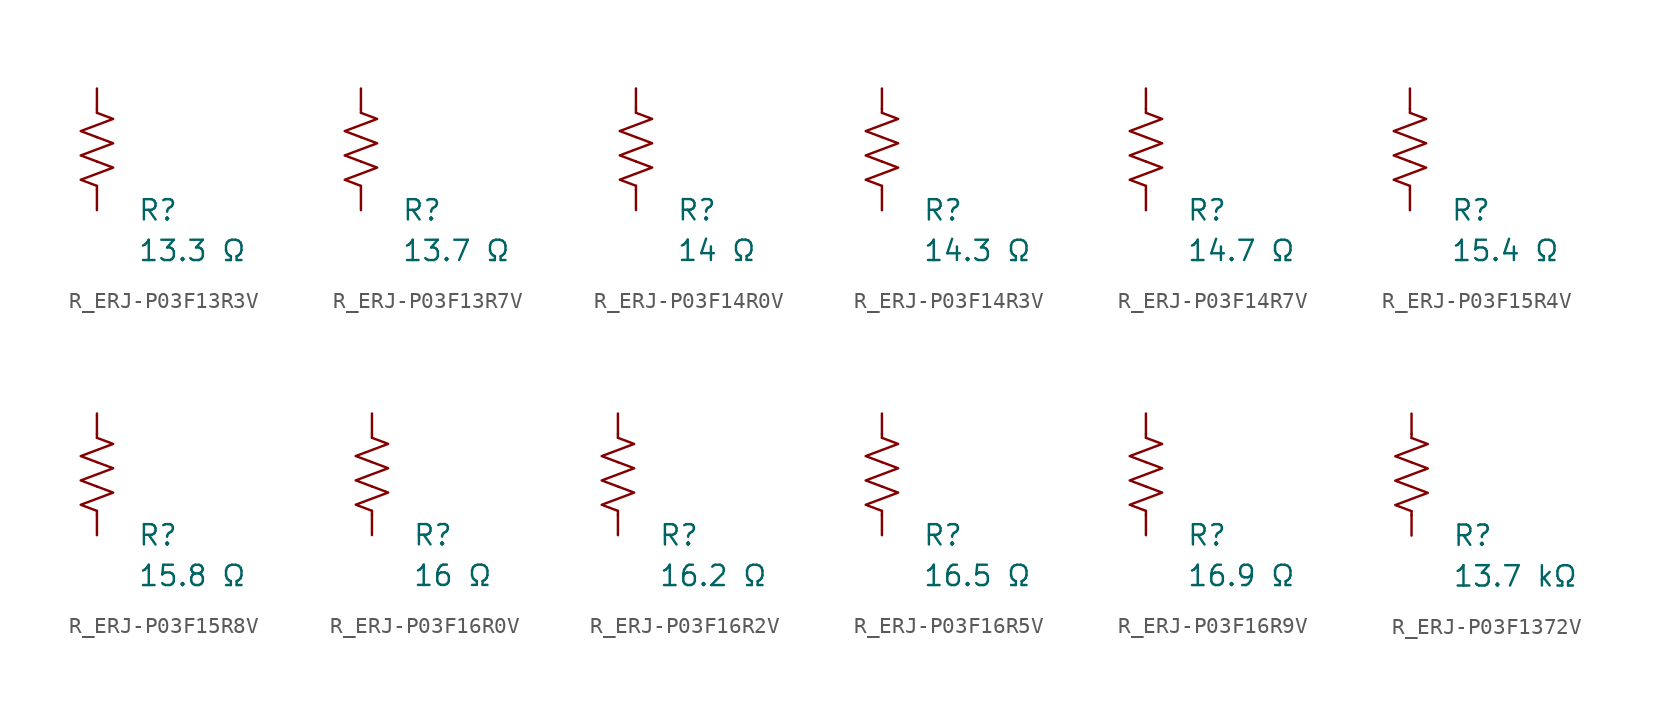
<source format=kicad_sym>
(kicad_symbol_lib
  (version 20231120)
  (generator "kicad_symbol_editor")
  (generator_version "8.0")
  (symbol "R_ERJ-P03F13R3V"
    (pin_numbers hide)
    (pin_names
      (offset 0))
    (property "Reference" "R"
      (at 2.54 -3.81 0)
      (effects (font (size 1.27 1.27)) (justify left))
      (show_name no))
    (property "Value" "13.3 Ω"
      (at 2.54 -6.35 0)
      (effects (font (size 1.27 1.27)) (justify left))
      (show_name no))
    (symbol "R_ERJ-P03F13R3V_0_1"
      (polyline (pts (xy 0 -2.286) (xy 0 -2.54)) (stroke (width 0) (type default)) (fill (type none)))
      (polyline (pts (xy 0 2.286) (xy 0 2.54)) (stroke (width 0) (type default)) (fill (type none)))
      (polyline (pts (xy 0 -0.762) (xy 1.016 -1.143) (xy 0 -1.524) (xy -1.016 -1.905) (xy 0 -2.286)) (stroke (width 0) (type default)) (fill (type none)))
      (polyline (pts (xy 0 0.762) (xy 1.016 0.381) (xy 0 0) (xy -1.016 -0.381) (xy 0 -0.762)) (stroke (width 0) (type default)) (fill (type none)))
      (polyline (pts (xy 0 2.286) (xy 1.016 1.905) (xy 0 1.524) (xy -1.016 1.143) (xy 0 0.762)) (stroke (width 0) (type default)) (fill (type none))))
    (symbol "R_ERJ-P03F13R3V_1_1"
      (pin passive line (at 0 3.81 270) (length 1.27) (name "~" (effects (font (size 1.27 1.27)))) (number "1" (effects (font (size 1.27 1.27)))))
      (pin passive line (at 0 -3.81 90) (length 1.27) (name "~" (effects (font (size 1.27 1.27)))) (number "2" (effects (font (size 1.27 1.27)))))))
  (symbol "R_ERJ-P03F13R7V"
    (pin_numbers hide)
    (pin_names
      (offset 0))
    (property "Reference" "R"
      (at 2.54 -3.81 0)
      (effects (font (size 1.27 1.27)) (justify left))
      (show_name no))
    (property "Value" "13.7 Ω"
      (at 2.54 -6.35 0)
      (effects (font (size 1.27 1.27)) (justify left))
      (show_name no))
    (symbol "R_ERJ-P03F13R7V_0_1"
      (polyline (pts (xy 0 -2.286) (xy 0 -2.54)) (stroke (width 0) (type default)) (fill (type none)))
      (polyline (pts (xy 0 2.286) (xy 0 2.54)) (stroke (width 0) (type default)) (fill (type none)))
      (polyline (pts (xy 0 -0.762) (xy 1.016 -1.143) (xy 0 -1.524) (xy -1.016 -1.905) (xy 0 -2.286)) (stroke (width 0) (type default)) (fill (type none)))
      (polyline (pts (xy 0 0.762) (xy 1.016 0.381) (xy 0 0) (xy -1.016 -0.381) (xy 0 -0.762)) (stroke (width 0) (type default)) (fill (type none)))
      (polyline (pts (xy 0 2.286) (xy 1.016 1.905) (xy 0 1.524) (xy -1.016 1.143) (xy 0 0.762)) (stroke (width 0) (type default)) (fill (type none))))
    (symbol "R_ERJ-P03F13R7V_1_1"
      (pin passive line (at 0 3.81 270) (length 1.27) (name "~" (effects (font (size 1.27 1.27)))) (number "1" (effects (font (size 1.27 1.27)))))
      (pin passive line (at 0 -3.81 90) (length 1.27) (name "~" (effects (font (size 1.27 1.27)))) (number "2" (effects (font (size 1.27 1.27)))))))
  (symbol "R_ERJ-P03F14R0V"
    (pin_numbers hide)
    (pin_names
      (offset 0))
    (property "Reference" "R"
      (at 2.54 -3.81 0)
      (effects (font (size 1.27 1.27)) (justify left))
      (show_name no))
    (property "Value" "14 Ω"
      (at 2.54 -6.35 0)
      (effects (font (size 1.27 1.27)) (justify left))
      (show_name no))
    (symbol "R_ERJ-P03F14R0V_0_1"
      (polyline (pts (xy 0 -2.286) (xy 0 -2.54)) (stroke (width 0) (type default)) (fill (type none)))
      (polyline (pts (xy 0 2.286) (xy 0 2.54)) (stroke (width 0) (type default)) (fill (type none)))
      (polyline (pts (xy 0 -0.762) (xy 1.016 -1.143) (xy 0 -1.524) (xy -1.016 -1.905) (xy 0 -2.286)) (stroke (width 0) (type default)) (fill (type none)))
      (polyline (pts (xy 0 0.762) (xy 1.016 0.381) (xy 0 0) (xy -1.016 -0.381) (xy 0 -0.762)) (stroke (width 0) (type default)) (fill (type none)))
      (polyline (pts (xy 0 2.286) (xy 1.016 1.905) (xy 0 1.524) (xy -1.016 1.143) (xy 0 0.762)) (stroke (width 0) (type default)) (fill (type none))))
    (symbol "R_ERJ-P03F14R0V_1_1"
      (pin passive line (at 0 3.81 270) (length 1.27) (name "~" (effects (font (size 1.27 1.27)))) (number "1" (effects (font (size 1.27 1.27)))))
      (pin passive line (at 0 -3.81 90) (length 1.27) (name "~" (effects (font (size 1.27 1.27)))) (number "2" (effects (font (size 1.27 1.27)))))))
  (symbol "R_ERJ-P03F14R3V"
    (pin_numbers hide)
    (pin_names
      (offset 0))
    (property "Reference" "R"
      (at 2.54 -3.81 0)
      (effects (font (size 1.27 1.27)) (justify left))
      (show_name no))
    (property "Value" "14.3 Ω"
      (at 2.54 -6.35 0)
      (effects (font (size 1.27 1.27)) (justify left))
      (show_name no))
    (symbol "R_ERJ-P03F14R3V_0_1"
      (polyline (pts (xy 0 -2.286) (xy 0 -2.54)) (stroke (width 0) (type default)) (fill (type none)))
      (polyline (pts (xy 0 2.286) (xy 0 2.54)) (stroke (width 0) (type default)) (fill (type none)))
      (polyline (pts (xy 0 -0.762) (xy 1.016 -1.143) (xy 0 -1.524) (xy -1.016 -1.905) (xy 0 -2.286)) (stroke (width 0) (type default)) (fill (type none)))
      (polyline (pts (xy 0 0.762) (xy 1.016 0.381) (xy 0 0) (xy -1.016 -0.381) (xy 0 -0.762)) (stroke (width 0) (type default)) (fill (type none)))
      (polyline (pts (xy 0 2.286) (xy 1.016 1.905) (xy 0 1.524) (xy -1.016 1.143) (xy 0 0.762)) (stroke (width 0) (type default)) (fill (type none))))
    (symbol "R_ERJ-P03F14R3V_1_1"
      (pin passive line (at 0 3.81 270) (length 1.27) (name "~" (effects (font (size 1.27 1.27)))) (number "1" (effects (font (size 1.27 1.27)))))
      (pin passive line (at 0 -3.81 90) (length 1.27) (name "~" (effects (font (size 1.27 1.27)))) (number "2" (effects (font (size 1.27 1.27)))))))
  (symbol "R_ERJ-P03F14R7V"
    (pin_numbers hide)
    (pin_names
      (offset 0))
    (property "Reference" "R"
      (at 2.54 -3.81 0)
      (effects (font (size 1.27 1.27)) (justify left))
      (show_name no))
    (property "Value" "14.7 Ω"
      (at 2.54 -6.35 0)
      (effects (font (size 1.27 1.27)) (justify left))
      (show_name no))
    (symbol "R_ERJ-P03F14R7V_0_1"
      (polyline (pts (xy 0 -2.286) (xy 0 -2.54)) (stroke (width 0) (type default)) (fill (type none)))
      (polyline (pts (xy 0 2.286) (xy 0 2.54)) (stroke (width 0) (type default)) (fill (type none)))
      (polyline (pts (xy 0 -0.762) (xy 1.016 -1.143) (xy 0 -1.524) (xy -1.016 -1.905) (xy 0 -2.286)) (stroke (width 0) (type default)) (fill (type none)))
      (polyline (pts (xy 0 0.762) (xy 1.016 0.381) (xy 0 0) (xy -1.016 -0.381) (xy 0 -0.762)) (stroke (width 0) (type default)) (fill (type none)))
      (polyline (pts (xy 0 2.286) (xy 1.016 1.905) (xy 0 1.524) (xy -1.016 1.143) (xy 0 0.762)) (stroke (width 0) (type default)) (fill (type none))))
    (symbol "R_ERJ-P03F14R7V_1_1"
      (pin passive line (at 0 3.81 270) (length 1.27) (name "~" (effects (font (size 1.27 1.27)))) (number "1" (effects (font (size 1.27 1.27)))))
      (pin passive line (at 0 -3.81 90) (length 1.27) (name "~" (effects (font (size 1.27 1.27)))) (number "2" (effects (font (size 1.27 1.27)))))))
  (symbol "R_ERJ-P03F15R4V"
    (pin_numbers hide)
    (pin_names
      (offset 0))
    (property "Reference" "R"
      (at 2.54 -3.81 0)
      (effects (font (size 1.27 1.27)) (justify left))
      (show_name no))
    (property "Value" "15.4 Ω"
      (at 2.54 -6.35 0)
      (effects (font (size 1.27 1.27)) (justify left))
      (show_name no))
    (symbol "R_ERJ-P03F15R4V_0_1"
      (polyline (pts (xy 0 -2.286) (xy 0 -2.54)) (stroke (width 0) (type default)) (fill (type none)))
      (polyline (pts (xy 0 2.286) (xy 0 2.54)) (stroke (width 0) (type default)) (fill (type none)))
      (polyline (pts (xy 0 -0.762) (xy 1.016 -1.143) (xy 0 -1.524) (xy -1.016 -1.905) (xy 0 -2.286)) (stroke (width 0) (type default)) (fill (type none)))
      (polyline (pts (xy 0 0.762) (xy 1.016 0.381) (xy 0 0) (xy -1.016 -0.381) (xy 0 -0.762)) (stroke (width 0) (type default)) (fill (type none)))
      (polyline (pts (xy 0 2.286) (xy 1.016 1.905) (xy 0 1.524) (xy -1.016 1.143) (xy 0 0.762)) (stroke (width 0) (type default)) (fill (type none))))
    (symbol "R_ERJ-P03F15R4V_1_1"
      (pin passive line (at 0 3.81 270) (length 1.27) (name "~" (effects (font (size 1.27 1.27)))) (number "1" (effects (font (size 1.27 1.27)))))
      (pin passive line (at 0 -3.81 90) (length 1.27) (name "~" (effects (font (size 1.27 1.27)))) (number "2" (effects (font (size 1.27 1.27)))))))
  (symbol "R_ERJ-P03F15R8V"
    (pin_numbers hide)
    (pin_names
      (offset 0))
    (property "Reference" "R"
      (at 2.54 -3.81 0)
      (effects (font (size 1.27 1.27)) (justify left))
      (show_name no))
    (property "Value" "15.8 Ω"
      (at 2.54 -6.35 0)
      (effects (font (size 1.27 1.27)) (justify left))
      (show_name no))
    (symbol "R_ERJ-P03F15R8V_0_1"
      (polyline (pts (xy 0 -2.286) (xy 0 -2.54)) (stroke (width 0) (type default)) (fill (type none)))
      (polyline (pts (xy 0 2.286) (xy 0 2.54)) (stroke (width 0) (type default)) (fill (type none)))
      (polyline (pts (xy 0 -0.762) (xy 1.016 -1.143) (xy 0 -1.524) (xy -1.016 -1.905) (xy 0 -2.286)) (stroke (width 0) (type default)) (fill (type none)))
      (polyline (pts (xy 0 0.762) (xy 1.016 0.381) (xy 0 0) (xy -1.016 -0.381) (xy 0 -0.762)) (stroke (width 0) (type default)) (fill (type none)))
      (polyline (pts (xy 0 2.286) (xy 1.016 1.905) (xy 0 1.524) (xy -1.016 1.143) (xy 0 0.762)) (stroke (width 0) (type default)) (fill (type none))))
    (symbol "R_ERJ-P03F15R8V_1_1"
      (pin passive line (at 0 3.81 270) (length 1.27) (name "~" (effects (font (size 1.27 1.27)))) (number "1" (effects (font (size 1.27 1.27)))))
      (pin passive line (at 0 -3.81 90) (length 1.27) (name "~" (effects (font (size 1.27 1.27)))) (number "2" (effects (font (size 1.27 1.27)))))))
  (symbol "R_ERJ-P03F16R0V"
    (pin_numbers hide)
    (pin_names
      (offset 0))
    (property "Reference" "R"
      (at 2.54 -3.81 0)
      (effects (font (size 1.27 1.27)) (justify left))
      (show_name no))
    (property "Value" "16 Ω"
      (at 2.54 -6.35 0)
      (effects (font (size 1.27 1.27)) (justify left))
      (show_name no))
    (symbol "R_ERJ-P03F16R0V_0_1"
      (polyline (pts (xy 0 -2.286) (xy 0 -2.54)) (stroke (width 0) (type default)) (fill (type none)))
      (polyline (pts (xy 0 2.286) (xy 0 2.54)) (stroke (width 0) (type default)) (fill (type none)))
      (polyline (pts (xy 0 -0.762) (xy 1.016 -1.143) (xy 0 -1.524) (xy -1.016 -1.905) (xy 0 -2.286)) (stroke (width 0) (type default)) (fill (type none)))
      (polyline (pts (xy 0 0.762) (xy 1.016 0.381) (xy 0 0) (xy -1.016 -0.381) (xy 0 -0.762)) (stroke (width 0) (type default)) (fill (type none)))
      (polyline (pts (xy 0 2.286) (xy 1.016 1.905) (xy 0 1.524) (xy -1.016 1.143) (xy 0 0.762)) (stroke (width 0) (type default)) (fill (type none))))
    (symbol "R_ERJ-P03F16R0V_1_1"
      (pin passive line (at 0 3.81 270) (length 1.27) (name "~" (effects (font (size 1.27 1.27)))) (number "1" (effects (font (size 1.27 1.27)))))
      (pin passive line (at 0 -3.81 90) (length 1.27) (name "~" (effects (font (size 1.27 1.27)))) (number "2" (effects (font (size 1.27 1.27)))))))
  (symbol "R_ERJ-P03F16R2V"
    (pin_numbers hide)
    (pin_names
      (offset 0))
    (property "Reference" "R"
      (at 2.54 -3.81 0)
      (effects (font (size 1.27 1.27)) (justify left))
      (show_name no))
    (property "Value" "16.2 Ω"
      (at 2.54 -6.35 0)
      (effects (font (size 1.27 1.27)) (justify left))
      (show_name no))
    (symbol "R_ERJ-P03F16R2V_0_1"
      (polyline (pts (xy 0 -2.286) (xy 0 -2.54)) (stroke (width 0) (type default)) (fill (type none)))
      (polyline (pts (xy 0 2.286) (xy 0 2.54)) (stroke (width 0) (type default)) (fill (type none)))
      (polyline (pts (xy 0 -0.762) (xy 1.016 -1.143) (xy 0 -1.524) (xy -1.016 -1.905) (xy 0 -2.286)) (stroke (width 0) (type default)) (fill (type none)))
      (polyline (pts (xy 0 0.762) (xy 1.016 0.381) (xy 0 0) (xy -1.016 -0.381) (xy 0 -0.762)) (stroke (width 0) (type default)) (fill (type none)))
      (polyline (pts (xy 0 2.286) (xy 1.016 1.905) (xy 0 1.524) (xy -1.016 1.143) (xy 0 0.762)) (stroke (width 0) (type default)) (fill (type none))))
    (symbol "R_ERJ-P03F16R2V_1_1"
      (pin passive line (at 0 3.81 270) (length 1.27) (name "~" (effects (font (size 1.27 1.27)))) (number "1" (effects (font (size 1.27 1.27)))))
      (pin passive line (at 0 -3.81 90) (length 1.27) (name "~" (effects (font (size 1.27 1.27)))) (number "2" (effects (font (size 1.27 1.27)))))))
  (symbol "R_ERJ-P03F16R5V"
    (pin_numbers hide)
    (pin_names
      (offset 0))
    (property "Reference" "R"
      (at 2.54 -3.81 0)
      (effects (font (size 1.27 1.27)) (justify left))
      (show_name no))
    (property "Value" "16.5 Ω"
      (at 2.54 -6.35 0)
      (effects (font (size 1.27 1.27)) (justify left))
      (show_name no))
    (symbol "R_ERJ-P03F16R5V_0_1"
      (polyline (pts (xy 0 -2.286) (xy 0 -2.54)) (stroke (width 0) (type default)) (fill (type none)))
      (polyline (pts (xy 0 2.286) (xy 0 2.54)) (stroke (width 0) (type default)) (fill (type none)))
      (polyline (pts (xy 0 -0.762) (xy 1.016 -1.143) (xy 0 -1.524) (xy -1.016 -1.905) (xy 0 -2.286)) (stroke (width 0) (type default)) (fill (type none)))
      (polyline (pts (xy 0 0.762) (xy 1.016 0.381) (xy 0 0) (xy -1.016 -0.381) (xy 0 -0.762)) (stroke (width 0) (type default)) (fill (type none)))
      (polyline (pts (xy 0 2.286) (xy 1.016 1.905) (xy 0 1.524) (xy -1.016 1.143) (xy 0 0.762)) (stroke (width 0) (type default)) (fill (type none))))
    (symbol "R_ERJ-P03F16R5V_1_1"
      (pin passive line (at 0 3.81 270) (length 1.27) (name "~" (effects (font (size 1.27 1.27)))) (number "1" (effects (font (size 1.27 1.27)))))
      (pin passive line (at 0 -3.81 90) (length 1.27) (name "~" (effects (font (size 1.27 1.27)))) (number "2" (effects (font (size 1.27 1.27)))))))
  (symbol "R_ERJ-P03F16R9V"
    (pin_numbers hide)
    (pin_names
      (offset 0))
    (property "Reference" "R"
      (at 2.54 -3.81 0)
      (effects (font (size 1.27 1.27)) (justify left))
      (show_name no))
    (property "Value" "16.9 Ω"
      (at 2.54 -6.35 0)
      (effects (font (size 1.27 1.27)) (justify left))
      (show_name no))
    (symbol "R_ERJ-P03F16R9V_0_1"
      (polyline (pts (xy 0 -2.286) (xy 0 -2.54)) (stroke (width 0) (type default)) (fill (type none)))
      (polyline (pts (xy 0 2.286) (xy 0 2.54)) (stroke (width 0) (type default)) (fill (type none)))
      (polyline (pts (xy 0 -0.762) (xy 1.016 -1.143) (xy 0 -1.524) (xy -1.016 -1.905) (xy 0 -2.286)) (stroke (width 0) (type default)) (fill (type none)))
      (polyline (pts (xy 0 0.762) (xy 1.016 0.381) (xy 0 0) (xy -1.016 -0.381) (xy 0 -0.762)) (stroke (width 0) (type default)) (fill (type none)))
      (polyline (pts (xy 0 2.286) (xy 1.016 1.905) (xy 0 1.524) (xy -1.016 1.143) (xy 0 0.762)) (stroke (width 0) (type default)) (fill (type none))))
    (symbol "R_ERJ-P03F16R9V_1_1"
      (pin passive line (at 0 3.81 270) (length 1.27) (name "~" (effects (font (size 1.27 1.27)))) (number "1" (effects (font (size 1.27 1.27)))))
      (pin passive line (at 0 -3.81 90) (length 1.27) (name "~" (effects (font (size 1.27 1.27)))) (number "2" (effects (font (size 1.27 1.27)))))))
  (symbol "R_ERJ-P03F1372V"
    (pin_numbers hide)
    (pin_names
      (offset 0))
    (property "Reference" "R"
      (at 2.54 -3.81 0)
      (effects (font (size 1.27 1.27)) (justify left))
      (show_name no))
    (property "Value" "13.7 kΩ"
      (at 2.54 -6.35 0)
      (effects (font (size 1.27 1.27)) (justify left))
      (show_name no))
    (symbol "R_ERJ-P03F1372V_0_1"
      (polyline (pts (xy 0 -2.286) (xy 0 -2.54)) (stroke (width 0) (type default)) (fill (type none)))
      (polyline (pts (xy 0 2.286) (xy 0 2.54)) (stroke (width 0) (type default)) (fill (type none)))
      (polyline (pts (xy 0 -0.762) (xy 1.016 -1.143) (xy 0 -1.524) (xy -1.016 -1.905) (xy 0 -2.286)) (stroke (width 0) (type default)) (fill (type none)))
      (polyline (pts (xy 0 0.762) (xy 1.016 0.381) (xy 0 0) (xy -1.016 -0.381) (xy 0 -0.762)) (stroke (width 0) (type default)) (fill (type none)))
      (polyline (pts (xy 0 2.286) (xy 1.016 1.905) (xy 0 1.524) (xy -1.016 1.143) (xy 0 0.762)) (stroke (width 0) (type default)) (fill (type none))))
    (symbol "R_ERJ-P03F1372V_1_1"
      (pin passive line (at 0 3.81 270) (length 1.27) (name "~" (effects (font (size 1.27 1.27)))) (number "1" (effects (font (size 1.27 1.27)))))
      (pin passive line (at 0 -3.81 90) (length 1.27) (name "~" (effects (font (size 1.27 1.27)))) (number "2" (effects (font (size 1.27 1.27))))))))
</source>
